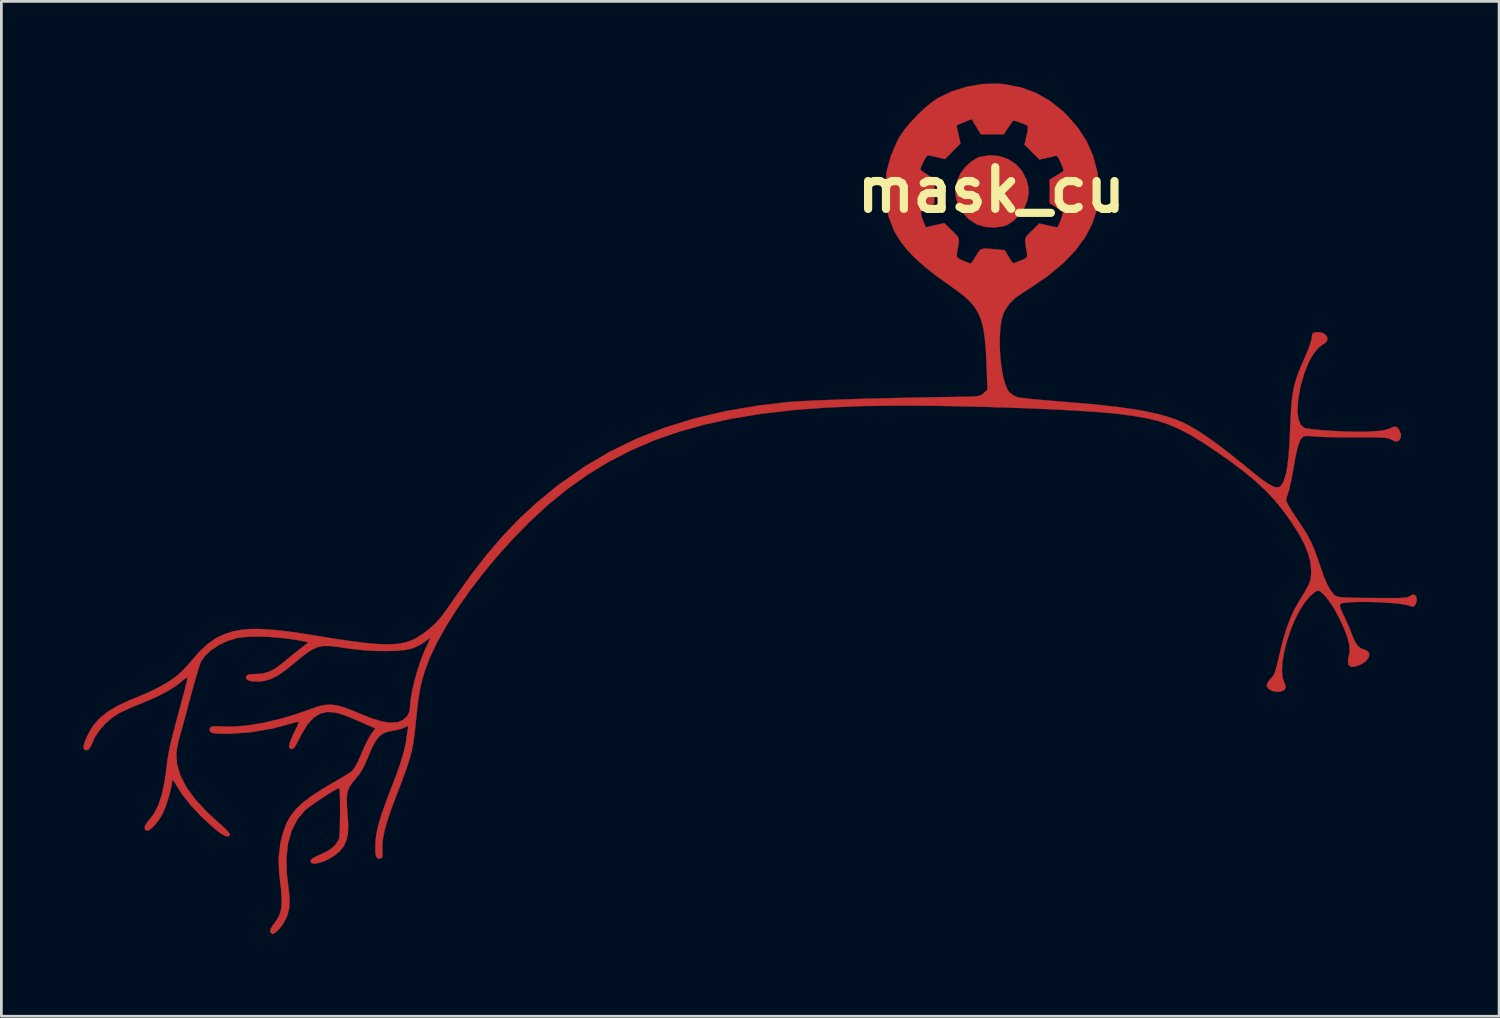
<source format=kicad_pcb>
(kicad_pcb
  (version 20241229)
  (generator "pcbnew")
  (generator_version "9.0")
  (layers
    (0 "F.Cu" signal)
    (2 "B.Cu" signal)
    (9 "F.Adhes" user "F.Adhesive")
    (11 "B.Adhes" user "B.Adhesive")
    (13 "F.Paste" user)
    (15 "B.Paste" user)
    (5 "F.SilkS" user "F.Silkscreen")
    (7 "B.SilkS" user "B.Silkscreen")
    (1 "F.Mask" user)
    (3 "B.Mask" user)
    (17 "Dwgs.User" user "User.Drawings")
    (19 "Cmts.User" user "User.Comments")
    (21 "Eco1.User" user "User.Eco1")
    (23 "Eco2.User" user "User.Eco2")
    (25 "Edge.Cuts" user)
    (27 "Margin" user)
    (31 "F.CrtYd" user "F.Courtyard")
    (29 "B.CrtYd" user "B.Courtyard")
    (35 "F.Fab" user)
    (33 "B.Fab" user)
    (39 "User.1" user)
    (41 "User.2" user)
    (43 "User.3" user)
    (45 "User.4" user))
  (footprint "mask_cu"
    (layer "F.Cu")
    (at 33.157 3.89)
    (property "Reference" "mask_cu" (at 0 0 0) (layer "F.SilkS") (effects (font (size 1.524 1.524) (thickness 0.3))))
    (attr through_hole)
    (fp_poly (pts (xy 0.285 -1.24) (xy 0.61 -1.131) (xy 0.894 -0.948) (xy 1.122 -0.699) (xy 1.278 -0.392) (xy 1.297 -0.336) (xy 1.353 -0.108) (xy 1.366 0.084) (xy 1.336 0.289) (xy 1.291 0.461) (xy 1.187 0.689) (xy 1.021 0.917) (xy 0.818 1.118) (xy 0.604 1.264) (xy 0.475 1.317) (xy 0.135 1.37) (xy -0.209 1.349) (xy -0.519 1.259) (xy -0.533 1.252) (xy -0.823 1.067) (xy -1.058 0.816) (xy -1.218 0.523) (xy -1.242 0.451) (xy -1.3 0.218) (xy -1.316 0.024) (xy -1.288 -0.178) (xy -1.24 -0.359) (xy -1.129 -0.6) (xy -0.953 -0.835) (xy -0.737 -1.037) (xy -0.508 -1.177) (xy -0.426 -1.208) (xy -0.065 -1.268) (xy 0.285 -1.24)) (stroke (width 0.01) (type solid)) (fill yes) (layer "F.Cu"))
    (fp_poly (pts (xy 0.499 -3.862) (xy 1.095 -3.743) (xy 1.633 -3.547) (xy 2.128 -3.266) (xy 2.595 -2.895) (xy 2.748 -2.748) (xy 3.164 -2.274) (xy 3.486 -1.779) (xy 3.719 -1.249) (xy 3.868 -0.673) (xy 3.907 -0.418) (xy 3.932 0.143) (xy 3.863 0.684) (xy 3.698 1.206) (xy 3.438 1.711) (xy 3.081 2.199) (xy 2.625 2.674) (xy 2.071 3.135) (xy 1.417 3.584) (xy 1.194 3.722) (xy 0.88 3.939) (xy 0.648 4.169) (xy 0.48 4.432) (xy 0.45 4.496) (xy 0.379 4.725) (xy 0.332 5.022) (xy 0.31 5.366) (xy 0.309 5.737) (xy 0.331 6.116) (xy 0.372 6.482) (xy 0.431 6.815) (xy 0.508 7.096) (xy 0.6 7.305) (xy 0.643 7.366) (xy 0.781 7.483) (xy 0.945 7.565) (xy 0.956 7.568) (xy 1.056 7.586) (xy 1.242 7.609) (xy 1.498 7.637) (xy 1.809 7.666) (xy 2.157 7.696) (xy 2.489 7.723) (xy 3.285 7.787) (xy 3.987 7.854) (xy 4.605 7.924) (xy 5.148 7.999) (xy 5.623 8.081) (xy 6.04 8.17) (xy 6.407 8.27) (xy 6.733 8.38) (xy 7.026 8.504) (xy 7.137 8.558) (xy 7.478 8.75) (xy 7.88 9.013) (xy 8.339 9.344) (xy 8.848 9.738) (xy 9.255 10.068) (xy 9.6 10.35) (xy 9.878 10.566) (xy 10.099 10.721) (xy 10.272 10.818) (xy 10.404 10.86) (xy 10.505 10.852) (xy 10.583 10.797) (xy 10.647 10.698) (xy 10.668 10.654) (xy 10.728 10.492) (xy 10.779 10.296) (xy 10.82 10.053) (xy 10.854 9.753) (xy 10.883 9.382) (xy 10.907 8.93) (xy 10.92 8.611) (xy 10.941 8.156) (xy 10.967 7.781) (xy 11.005 7.464) (xy 11.058 7.181) (xy 11.132 6.911) (xy 11.232 6.631) (xy 11.361 6.319) (xy 11.46 6.096) (xy 11.558 5.865) (xy 11.638 5.649) (xy 11.691 5.476) (xy 11.707 5.385) (xy 11.721 5.264) (xy 11.772 5.21) (xy 11.88 5.191) (xy 12.056 5.204) (xy 12.188 5.269) (xy 12.265 5.365) (xy 12.276 5.475) (xy 12.209 5.578) (xy 12.133 5.626) (xy 11.944 5.766) (xy 11.761 5.995) (xy 11.591 6.301) (xy 11.441 6.671) (xy 11.316 7.093) (xy 11.272 7.289) (xy 11.203 7.714) (xy 11.184 8.072) (xy 11.215 8.356) (xy 11.295 8.562) (xy 11.418 8.681) (xy 11.518 8.708) (xy 11.7 8.736) (xy 11.948 8.762) (xy 12.242 8.785) (xy 12.565 8.805) (xy 12.898 8.82) (xy 13.224 8.829) (xy 13.522 8.831) (xy 13.75 8.826) (xy 14.096 8.804) (xy 14.347 8.772) (xy 14.51 8.728) (xy 14.533 8.718) (xy 14.69 8.652) (xy 14.794 8.651) (xy 14.871 8.722) (xy 14.913 8.795) (xy 14.965 8.934) (xy 14.952 9.048) (xy 14.941 9.075) (xy 14.862 9.174) (xy 14.749 9.183) (xy 14.601 9.111) (xy 14.547 9.084) (xy 14.472 9.063) (xy 14.362 9.049) (xy 14.204 9.039) (xy 13.984 9.034) (xy 13.69 9.032) (xy 13.308 9.034) (xy 13.294 9.034) (xy 12.937 9.034) (xy 12.594 9.031) (xy 12.286 9.024) (xy 12.031 9.016) (xy 11.85 9.005) (xy 11.8 9) (xy 11.621 8.985) (xy 11.476 8.988) (xy 11.407 9.004) (xy 11.33 9.07) (xy 11.263 9.185) (xy 11.2 9.361) (xy 11.139 9.609) (xy 11.075 9.941) (xy 11.044 10.119) (xy 10.994 10.402) (xy 10.943 10.663) (xy 10.895 10.879) (xy 10.856 11.027) (xy 10.843 11.064) (xy 10.794 11.207) (xy 10.77 11.324) (xy 10.77 11.334) (xy 10.797 11.41) (xy 10.872 11.55) (xy 10.984 11.735) (xy 11.122 11.947) (xy 11.148 11.986) (xy 11.365 12.31) (xy 11.533 12.583) (xy 11.667 12.831) (xy 11.781 13.083) (xy 11.888 13.367) (xy 11.995 13.683) (xy 12.133 14.081) (xy 12.262 14.388) (xy 12.387 14.616) (xy 12.513 14.775) (xy 12.538 14.799) (xy 12.578 14.828) (xy 12.634 14.851) (xy 12.718 14.868) (xy 12.844 14.88) (xy 13.024 14.889) (xy 13.271 14.895) (xy 13.596 14.9) (xy 13.92 14.902) (xy 14.317 14.905) (xy 14.625 14.905) (xy 14.857 14.903) (xy 15.025 14.896) (xy 15.142 14.885) (xy 15.22 14.868) (xy 15.272 14.846) (xy 15.304 14.822) (xy 15.407 14.773) (xy 15.489 14.803) (xy 15.538 14.889) (xy 15.543 15.009) (xy 15.491 15.141) (xy 15.477 15.161) (xy 15.407 15.223) (xy 15.32 15.204) (xy 15.302 15.195) (xy 15.18 15.156) (xy 14.983 15.122) (xy 14.728 15.093) (xy 14.432 15.071) (xy 14.114 15.055) (xy 13.792 15.046) (xy 13.484 15.045) (xy 13.207 15.051) (xy 12.979 15.067) (xy 12.819 15.091) (xy 12.748 15.121) (xy 12.732 15.184) (xy 12.766 15.303) (xy 12.851 15.492) (xy 12.867 15.526) (xy 12.976 15.756) (xy 13.084 16.01) (xy 13.159 16.205) (xy 13.266 16.466) (xy 13.376 16.64) (xy 13.502 16.743) (xy 13.619 16.783) (xy 13.754 16.844) (xy 13.809 16.945) (xy 13.787 17.07) (xy 13.692 17.199) (xy 13.526 17.316) (xy 13.517 17.321) (xy 13.299 17.408) (xy 13.143 17.417) (xy 13.051 17.349) (xy 13.026 17.207) (xy 13.057 17.04) (xy 13.089 16.84) (xy 13.077 16.619) (xy 13.015 16.361) (xy 12.9 16.051) (xy 12.728 15.674) (xy 12.727 15.672) (xy 12.573 15.379) (xy 12.41 15.115) (xy 12.25 14.896) (xy 12.103 14.734) (xy 11.981 14.644) (xy 11.927 14.63) (xy 11.851 14.665) (xy 11.734 14.754) (xy 11.614 14.866) (xy 11.419 15.104) (xy 11.235 15.403) (xy 11.065 15.748) (xy 10.915 16.121) (xy 10.791 16.506) (xy 10.696 16.884) (xy 10.636 17.241) (xy 10.617 17.558) (xy 10.643 17.818) (xy 10.695 17.968) (xy 10.754 18.132) (xy 10.724 18.245) (xy 10.604 18.312) (xy 10.494 18.329) (xy 10.313 18.315) (xy 10.164 18.251) (xy 10.073 18.151) (xy 10.058 18.086) (xy 10.094 17.99) (xy 10.181 17.875) (xy 10.209 17.846) (xy 10.273 17.777) (xy 10.326 17.691) (xy 10.374 17.571) (xy 10.424 17.398) (xy 10.484 17.152) (xy 10.52 16.993) (xy 10.649 16.462) (xy 10.784 16.012) (xy 10.931 15.622) (xy 11.098 15.271) (xy 11.239 15.024) (xy 11.403 14.754) (xy 11.521 14.552) (xy 11.6 14.397) (xy 11.649 14.27) (xy 11.673 14.154) (xy 11.683 14.028) (xy 11.684 13.911) (xy 11.658 13.604) (xy 11.578 13.284) (xy 11.438 12.939) (xy 11.235 12.559) (xy 10.962 12.134) (xy 10.65 11.7) (xy 10.356 11.335) (xy 10.021 10.979) (xy 9.636 10.622) (xy 9.188 10.253) (xy 8.666 9.863) (xy 8.204 9.54) (xy 7.713 9.214) (xy 7.276 8.949) (xy 6.871 8.735) (xy 6.478 8.565) (xy 6.075 8.432) (xy 5.639 8.328) (xy 5.151 8.245) (xy 4.589 8.174) (xy 4.42 8.156) (xy 4.009 8.119) (xy 3.509 8.083) (xy 2.934 8.048) (xy 2.296 8.015) (xy 1.609 7.984) (xy 0.885 7.957) (xy 0.137 7.932) (xy -0.622 7.911) (xy -1.379 7.894) (xy -2.12 7.882) (xy -2.833 7.876) (xy -3.319 7.874) (xy -4.718 7.892) (xy -6.028 7.947) (xy -7.254 8.04) (xy -8.403 8.174) (xy -9.479 8.351) (xy -10.489 8.572) (xy -11.439 8.839) (xy -12.335 9.153) (xy -13.182 9.518) (xy -13.986 9.934) (xy -14.754 10.403) (xy -15.49 10.927) (xy -16.202 11.509) (xy -16.859 12.115) (xy -17.452 12.719) (xy -18.021 13.35) (xy -18.559 13.997) (xy -19.058 14.649) (xy -19.511 15.295) (xy -19.909 15.925) (xy -20.245 16.527) (xy -20.511 17.091) (xy -20.675 17.524) (xy -20.755 17.781) (xy -20.819 18.02) (xy -20.871 18.263) (xy -20.916 18.534) (xy -20.958 18.856) (xy -21 19.252) (xy -21.008 19.329) (xy -21.044 19.68) (xy -21.079 19.977) (xy -21.118 20.236) (xy -21.166 20.477) (xy -21.227 20.717) (xy -21.306 20.975) (xy -21.407 21.269) (xy -21.536 21.616) (xy -21.697 22.036) (xy -21.741 22.149) (xy -21.926 22.642) (xy -22.065 23.058) (xy -22.163 23.409) (xy -22.221 23.708) (xy -22.245 23.967) (xy -22.242 24.115) (xy -22.236 24.281) (xy -22.247 24.372) (xy -22.283 24.412) (xy -22.338 24.425) (xy -22.421 24.411) (xy -22.474 24.332) (xy -22.5 24.18) (xy -22.5 23.943) (xy -22.49 23.782) (xy -22.465 23.558) (xy -22.417 23.312) (xy -22.342 23.032) (xy -22.236 22.703) (xy -22.096 22.312) (xy -21.917 21.844) (xy -21.891 21.779) (xy -21.697 21.268) (xy -21.549 20.834) (xy -21.444 20.466) (xy -21.378 20.152) (xy -21.362 20.041) (xy -21.338 19.866) (xy -21.315 19.717) (xy -21.306 19.67) (xy -21.296 19.595) (xy -21.325 19.581) (xy -21.416 19.623) (xy -21.435 19.633) (xy -21.583 19.689) (xy -21.768 19.734) (xy -21.83 19.744) (xy -22.041 19.784) (xy -22.212 19.851) (xy -22.355 19.96) (xy -22.483 20.123) (xy -22.61 20.354) (xy -22.746 20.666) (xy -22.787 20.768) (xy -22.927 21.082) (xy -23.073 21.327) (xy -23.217 21.505) (xy -23.359 21.674) (xy -23.458 21.832) (xy -23.517 22.001) (xy -23.542 22.203) (xy -23.539 22.462) (xy -23.514 22.784) (xy -23.488 23.178) (xy -23.499 23.493) (xy -23.55 23.746) (xy -23.644 23.955) (xy -23.786 24.138) (xy -23.809 24.162) (xy -23.972 24.298) (xy -24.162 24.417) (xy -24.36 24.512) (xy -24.547 24.576) (xy -24.706 24.604) (xy -24.819 24.589) (xy -24.866 24.526) (xy -24.867 24.516) (xy -24.838 24.451) (xy -24.744 24.382) (xy -24.569 24.299) (xy -24.517 24.278) (xy -24.201 24.122) (xy -23.98 23.949) (xy -23.846 23.751) (xy -23.825 23.696) (xy -23.811 23.61) (xy -23.801 23.449) (xy -23.793 23.235) (xy -23.788 22.986) (xy -23.785 22.721) (xy -23.786 22.461) (xy -23.789 22.223) (xy -23.795 22.028) (xy -23.805 21.896) (xy -23.817 21.844) (xy -23.818 21.844) (xy -23.889 21.871) (xy -24.023 21.945) (xy -24.201 22.053) (xy -24.404 22.183) (xy -24.612 22.322) (xy -24.806 22.457) (xy -24.966 22.575) (xy -25.074 22.665) (xy -25.349 22.995) (xy -25.553 23.394) (xy -25.686 23.859) (xy -25.746 24.386) (xy -25.733 24.97) (xy -25.675 25.439) (xy -25.628 25.861) (xy -25.641 26.216) (xy -25.717 26.523) (xy -25.86 26.799) (xy -26.008 26.99) (xy -26.147 27.127) (xy -26.249 27.173) (xy -26.318 27.13) (xy -26.336 27.093) (xy -26.324 26.992) (xy -26.237 26.846) (xy -26.212 26.813) (xy -26.094 26.653) (xy -26.007 26.493) (xy -25.951 26.32) (xy -25.922 26.117) (xy -25.919 25.868) (xy -25.94 25.557) (xy -25.984 25.169) (xy -26.008 24.985) (xy -26.034 24.415) (xy -25.961 23.83) (xy -25.853 23.419) (xy -25.741 23.126) (xy -25.593 22.861) (xy -25.397 22.614) (xy -25.144 22.374) (xy -24.824 22.131) (xy -24.424 21.873) (xy -24.096 21.681) (xy -23.861 21.545) (xy -23.646 21.416) (xy -23.474 21.307) (xy -23.366 21.232) (xy -23.356 21.224) (xy -23.258 21.104) (xy -23.144 20.899) (xy -23.02 20.62) (xy -23.012 20.599) (xy -22.91 20.362) (xy -22.801 20.136) (xy -22.702 19.954) (xy -22.654 19.877) (xy -22.5 19.663) (xy -22.667 19.591) (xy -22.791 19.538) (xy -22.974 19.457) (xy -23.184 19.365) (xy -23.257 19.332) (xy -23.486 19.238) (xy -23.717 19.155) (xy -23.911 19.097) (xy -23.951 19.088) (xy -24.245 19.063) (xy -24.509 19.123) (xy -24.748 19.271) (xy -24.969 19.511) (xy -25.176 19.847) (xy -25.246 19.987) (xy -25.356 20.205) (xy -25.44 20.341) (xy -25.508 20.408) (xy -25.554 20.422) (xy -25.63 20.393) (xy -25.65 20.304) (xy -25.612 20.148) (xy -25.515 19.919) (xy -25.454 19.793) (xy -25.361 19.604) (xy -25.311 19.489) (xy -25.3 19.433) (xy -25.325 19.421) (xy -25.365 19.431) (xy -26.222 19.663) (xy -27.05 19.807) (xy -27.839 19.862) (xy -27.923 19.863) (xy -28.189 19.859) (xy -28.369 19.846) (xy -28.479 19.82) (xy -28.534 19.777) (xy -28.55 19.713) (xy -28.55 19.709) (xy -28.533 19.636) (xy -28.473 19.596) (xy -28.35 19.583) (xy -28.148 19.593) (xy -28.118 19.595) (xy -27.676 19.602) (xy -27.167 19.558) (xy -26.608 19.466) (xy -26.018 19.33) (xy -25.413 19.153) (xy -24.868 18.961) (xy -24.597 18.866) (xy -24.36 18.811) (xy -24.135 18.796) (xy -23.901 18.824) (xy -23.636 18.897) (xy -23.318 19.017) (xy -23.063 19.125) (xy -22.621 19.301) (xy -22.25 19.412) (xy -21.942 19.459) (xy -21.691 19.44) (xy -21.49 19.358) (xy -21.334 19.214) (xy -21.261 19.069) (xy -21.234 18.923) (xy -21.213 18.644) (xy -21.155 18.3) (xy -21.066 17.918) (xy -20.954 17.522) (xy -20.826 17.141) (xy -20.689 16.799) (xy -20.618 16.65) (xy -20.546 16.501) (xy -20.5 16.395) (xy -20.49 16.358) (xy -20.537 16.386) (xy -20.636 16.46) (xy -20.702 16.511) (xy -20.866 16.616) (xy -21.07 16.713) (xy -21.179 16.752) (xy -21.404 16.799) (xy -21.708 16.828) (xy -22.069 16.84) (xy -22.465 16.835) (xy -22.874 16.814) (xy -23.275 16.775) (xy -23.546 16.737) (xy -23.898 16.683) (xy -24.177 16.654) (xy -24.405 16.656) (xy -24.604 16.695) (xy -24.795 16.779) (xy -25.002 16.913) (xy -25.245 17.103) (xy -25.476 17.296) (xy -25.793 17.551) (xy -26.063 17.735) (xy -26.305 17.858) (xy -26.536 17.928) (xy -26.774 17.954) (xy -26.801 17.954) (xy -27.034 17.942) (xy -27.174 17.897) (xy -27.223 17.819) (xy -27.212 17.758) (xy -27.166 17.711) (xy -27.061 17.686) (xy -26.877 17.677) (xy -26.862 17.677) (xy -26.611 17.659) (xy -26.387 17.598) (xy -26.165 17.483) (xy -25.917 17.303) (xy -25.812 17.216) (xy -25.614 17.051) (xy -25.401 16.879) (xy -25.219 16.735) (xy -25.213 16.731) (xy -24.937 16.519) (xy -25.08 16.489) (xy -25.495 16.414) (xy -25.936 16.359) (xy -26.38 16.324) (xy -26.802 16.31) (xy -27.179 16.319) (xy -27.487 16.353) (xy -27.544 16.363) (xy -27.882 16.465) (xy -28.206 16.618) (xy -28.494 16.808) (xy -28.724 17.021) (xy -28.872 17.238) (xy -28.908 17.334) (xy -28.964 17.513) (xy -29.037 17.758) (xy -29.122 18.055) (xy -29.214 18.388) (xy -29.284 18.649) (xy -29.379 19.004) (xy -29.469 19.339) (xy -29.551 19.639) (xy -29.619 19.886) (xy -29.669 20.063) (xy -29.691 20.138) (xy -29.767 20.542) (xy -29.743 20.955) (xy -29.621 21.377) (xy -29.4 21.81) (xy -29.078 22.253) (xy -28.657 22.708) (xy -28.294 23.042) (xy -28.107 23.209) (xy -27.953 23.356) (xy -27.847 23.469) (xy -27.803 23.534) (xy -27.802 23.54) (xy -27.862 23.607) (xy -27.973 23.596) (xy -28.139 23.506) (xy -28.361 23.335) (xy -28.4 23.302) (xy -28.85 22.889) (xy -29.236 22.479) (xy -29.546 22.084) (xy -29.691 21.859) (xy -29.806 21.671) (xy -29.88 21.572) (xy -29.916 21.556) (xy -29.921 21.583) (xy -29.94 21.747) (xy -29.99 21.973) (xy -30.062 22.23) (xy -30.147 22.487) (xy -30.236 22.712) (xy -30.289 22.824) (xy -30.405 23.011) (xy -30.538 23.18) (xy -30.67 23.314) (xy -30.784 23.393) (xy -30.853 23.405) (xy -30.921 23.34) (xy -30.912 23.23) (xy -30.83 23.089) (xy -30.77 23.019) (xy -30.583 22.78) (xy -30.429 22.479) (xy -30.303 22.107) (xy -30.203 21.654) (xy -30.125 21.112) (xy -30.122 21.082) (xy -30.099 20.89) (xy -30.074 20.711) (xy -30.043 20.531) (xy -30.003 20.335) (xy -29.95 20.108) (xy -29.882 19.836) (xy -29.795 19.503) (xy -29.685 19.095) (xy -29.618 18.847) (xy -29.538 18.549) (xy -29.468 18.283) (xy -29.413 18.064) (xy -29.376 17.909) (xy -29.362 17.835) (xy -29.362 17.834) (xy -29.389 17.808) (xy -29.47 17.862) (xy -29.502 17.89) (xy -29.768 18.105) (xy -30.095 18.311) (xy -30.496 18.516) (xy -30.982 18.727) (xy -31.09 18.77) (xy -31.336 18.871) (xy -31.584 18.98) (xy -31.796 19.079) (xy -31.866 19.115) (xy -32.116 19.278) (xy -32.36 19.494) (xy -32.576 19.736) (xy -32.737 19.977) (xy -32.794 20.101) (xy -32.883 20.31) (xy -32.966 20.427) (xy -33.052 20.463) (xy -33.098 20.453) (xy -33.151 20.4) (xy -33.152 20.293) (xy -33.099 20.123) (xy -32.994 19.887) (xy -32.813 19.577) (xy -32.583 19.307) (xy -32.291 19.067) (xy -31.925 18.847) (xy -31.473 18.637) (xy -31.358 18.591) (xy -30.843 18.375) (xy -30.413 18.168) (xy -30.054 17.961) (xy -29.752 17.745) (xy -29.493 17.511) (xy -29.267 17.257) (xy -28.94 16.879) (xy -28.632 16.589) (xy -28.334 16.378) (xy -28.219 16.316) (xy -27.962 16.204) (xy -27.692 16.12) (xy -27.396 16.064) (xy -27.064 16.035) (xy -26.686 16.035) (xy -26.251 16.062) (xy -25.747 16.116) (xy -25.164 16.198) (xy -24.689 16.274) (xy -24.025 16.382) (xy -23.452 16.468) (xy -22.959 16.532) (xy -22.537 16.575) (xy -22.176 16.595) (xy -21.867 16.592) (xy -21.601 16.566) (xy -21.368 16.515) (xy -21.158 16.441) (xy -20.962 16.341) (xy -20.771 16.217) (xy -20.594 16.082) (xy -20.435 15.95) (xy -20.297 15.821) (xy -20.166 15.678) (xy -20.026 15.503) (xy -19.862 15.279) (xy -19.661 14.988) (xy -19.635 14.95) (xy -19.03 14.097) (xy -18.436 13.329) (xy -17.841 12.636) (xy -17.233 12.002) (xy -16.6 11.416) (xy -15.931 10.865) (xy -15.748 10.725) (xy -14.858 10.104) (xy -13.93 9.557) (xy -12.956 9.084) (xy -11.931 8.68) (xy -10.849 8.345) (xy -9.701 8.076) (xy -8.483 7.87) (xy -7.442 7.748) (xy -7.192 7.728) (xy -6.848 7.708) (xy -6.422 7.688) (xy -5.921 7.668) (xy -5.355 7.648) (xy -4.734 7.629) (xy -4.065 7.611) (xy -3.359 7.594) (xy -2.623 7.579) (xy -1.869 7.565) (xy -1.337 7.557) (xy -1.01 7.552) (xy -0.768 7.546) (xy -0.596 7.537) (xy -0.478 7.523) (xy -0.398 7.501) (xy -0.341 7.471) (xy -0.29 7.428) (xy -0.277 7.417) (xy -0.14 7.29) (xy -0.17 6.452) (xy -0.194 5.914) (xy -0.231 5.464) (xy -0.285 5.088) (xy -0.362 4.773) (xy -0.47 4.505) (xy -0.613 4.27) (xy -0.798 4.055) (xy -1.03 3.846) (xy -1.316 3.63) (xy -1.454 3.533) (xy -1.971 3.164) (xy -2.405 2.825) (xy -2.764 2.507) (xy -3.059 2.202) (xy -3.299 1.899) (xy -3.494 1.59) (xy -3.556 1.473) (xy -3.752 0.975) (xy -3.86 0.441) (xy -3.882 -0.116) (xy -3.819 -0.681) (xy -3.802 -0.745) (xy -2.591 -0.745) (xy -2.552 -0.708) (xy -2.45 -0.634) (xy -2.337 -0.559) (xy -2.083 -0.396) (xy -2.083 0.043) (xy -2.083 0.483) (xy -2.341 0.628) (xy -2.48 0.711) (xy -2.555 0.785) (xy -2.571 0.876) (xy -2.535 1.01) (xy -2.467 1.179) (xy -2.39 1.362) (xy -1.716 1.208) (xy -1.439 1.48) (xy -1.317 1.599) (xy -1.238 1.687) (xy -1.197 1.768) (xy -1.188 1.869) (xy -1.204 2.015) (xy -1.24 2.231) (xy -1.25 2.29) (xy -1.263 2.398) (xy -1.241 2.465) (xy -1.164 2.519) (xy -1.034 2.578) (xy -0.89 2.639) (xy -0.789 2.679) (xy -0.76 2.688) (xy -0.722 2.651) (xy -0.649 2.548) (xy -0.563 2.413) (xy -0.482 2.282) (xy -0.413 2.198) (xy -0.333 2.153) (xy -0.218 2.139) (xy -0.045 2.147) (xy 0.158 2.166) (xy 0.494 2.198) (xy 0.639 2.446) (xy 0.722 2.578) (xy 0.786 2.662) (xy 0.811 2.68) (xy 0.87 2.655) (xy 0.992 2.606) (xy 1.085 2.569) (xy 1.228 2.509) (xy 1.297 2.457) (xy 1.313 2.387) (xy 1.3 2.29) (xy 1.261 2.056) (xy 1.24 1.897) (xy 1.243 1.788) (xy 1.277 1.704) (xy 1.348 1.62) (xy 1.46 1.51) (xy 1.482 1.487) (xy 1.753 1.222) (xy 2.077 1.298) (xy 2.245 1.335) (xy 2.367 1.356) (xy 2.417 1.359) (xy 2.458 1.29) (xy 2.511 1.167) (xy 2.563 1.025) (xy 2.603 0.898) (xy 2.618 0.82) (xy 2.616 0.813) (xy 2.561 0.764) (xy 2.449 0.684) (xy 2.362 0.627) (xy 2.134 0.483) (xy 2.134 0.049) (xy 2.134 -0.385) (xy 2.388 -0.533) (xy 2.524 -0.619) (xy 2.617 -0.686) (xy 2.642 -0.715) (xy 2.624 -0.777) (xy 2.577 -0.901) (xy 2.533 -1.01) (xy 2.456 -1.17) (xy 2.391 -1.242) (xy 2.342 -1.248) (xy 2.246 -1.223) (xy 2.095 -1.187) (xy 2.01 -1.168) (xy 1.759 -1.113) (xy 1.486 -1.386) (xy 1.213 -1.658) (xy 1.289 -1.985) (xy 1.323 -2.156) (xy 1.337 -2.285) (xy 1.33 -2.343) (xy 1.263 -2.38) (xy 1.143 -2.43) (xy 1.004 -2.481) (xy 0.88 -2.521) (xy 0.803 -2.537) (xy 0.794 -2.535) (xy 0.76 -2.485) (xy 0.686 -2.377) (xy 0.615 -2.273) (xy 0.452 -2.032) (xy 0.036 -2.033) (xy -0.381 -2.035) (xy -0.548 -2.311) (xy -0.715 -2.588) (xy -0.98 -2.483) (xy -1.127 -2.424) (xy -1.23 -2.38) (xy -1.26 -2.364) (xy -1.257 -2.311) (xy -1.234 -2.186) (xy -1.199 -2.025) (xy -1.124 -1.702) (xy -1.687 -1.129) (xy -1.974 -1.198) (xy -2.14 -1.236) (xy -2.268 -1.261) (xy -2.318 -1.268) (xy -2.361 -1.227) (xy -2.426 -1.125) (xy -2.497 -0.992) (xy -2.557 -0.86) (xy -2.589 -0.762) (xy -2.591 -0.745) (xy -3.802 -0.745) (xy -3.67 -1.241) (xy -3.438 -1.782) (xy -3.342 -1.956) (xy -3.172 -2.203) (xy -2.944 -2.478) (xy -2.68 -2.757) (xy -2.404 -3.016) (xy -2.141 -3.23) (xy -1.964 -3.349) (xy -1.452 -3.597) (xy -0.896 -3.773) (xy -0.322 -3.871) (xy 0.245 -3.885) (xy 0.499 -3.862)) (stroke (width 0.01) (type solid)) (fill yes) (layer "F.Cu"))
    (fp_poly (pts (xy 0.285 -1.24) (xy 0.61 -1.131) (xy 0.894 -0.948) (xy 1.122 -0.699) (xy 1.278 -0.392) (xy 1.297 -0.336) (xy 1.353 -0.108) (xy 1.366 0.084) (xy 1.336 0.289) (xy 1.291 0.461) (xy 1.187 0.689) (xy 1.021 0.917) (xy 0.818 1.118) (xy 0.604 1.264) (xy 0.475 1.317) (xy 0.135 1.37) (xy -0.209 1.349) (xy -0.519 1.259) (xy -0.533 1.252) (xy -0.823 1.067) (xy -1.058 0.816) (xy -1.218 0.523) (xy -1.242 0.451) (xy -1.3 0.218) (xy -1.316 0.024) (xy -1.288 -0.178) (xy -1.24 -0.359) (xy -1.129 -0.6) (xy -0.953 -0.835) (xy -0.737 -1.037) (xy -0.508 -1.177) (xy -0.426 -1.208) (xy -0.065 -1.268) (xy 0.285 -1.24)) (stroke (width 0.01) (type solid)) (fill yes) (layer "F.Mask"))
    (fp_poly (pts (xy 0.499 -3.862) (xy 1.095 -3.743) (xy 1.633 -3.547) (xy 2.128 -3.266) (xy 2.595 -2.895) (xy 2.748 -2.748) (xy 3.164 -2.274) (xy 3.486 -1.779) (xy 3.719 -1.249) (xy 3.868 -0.673) (xy 3.907 -0.418) (xy 3.932 0.143) (xy 3.863 0.684) (xy 3.698 1.206) (xy 3.438 1.711) (xy 3.081 2.199) (xy 2.625 2.674) (xy 2.071 3.135) (xy 1.417 3.584) (xy 1.194 3.722) (xy 0.88 3.939) (xy 0.648 4.169) (xy 0.48 4.432) (xy 0.45 4.496) (xy 0.379 4.725) (xy 0.332 5.022) (xy 0.31 5.366) (xy 0.309 5.737) (xy 0.331 6.116) (xy 0.372 6.482) (xy 0.431 6.815) (xy 0.508 7.096) (xy 0.6 7.305) (xy 0.643 7.366) (xy 0.781 7.483) (xy 0.945 7.565) (xy 0.956 7.568) (xy 1.056 7.586) (xy 1.242 7.609) (xy 1.498 7.637) (xy 1.809 7.666) (xy 2.157 7.696) (xy 2.489 7.723) (xy 3.285 7.787) (xy 3.987 7.854) (xy 4.605 7.924) (xy 5.148 7.999) (xy 5.623 8.081) (xy 6.04 8.17) (xy 6.407 8.27) (xy 6.733 8.38) (xy 7.026 8.504) (xy 7.137 8.558) (xy 7.478 8.75) (xy 7.88 9.013) (xy 8.339 9.344) (xy 8.848 9.738) (xy 9.255 10.068) (xy 9.6 10.35) (xy 9.878 10.566) (xy 10.099 10.721) (xy 10.272 10.818) (xy 10.404 10.86) (xy 10.505 10.852) (xy 10.583 10.797) (xy 10.647 10.698) (xy 10.668 10.654) (xy 10.728 10.492) (xy 10.779 10.296) (xy 10.82 10.053) (xy 10.854 9.753) (xy 10.883 9.382) (xy 10.907 8.93) (xy 10.92 8.611) (xy 10.941 8.156) (xy 10.967 7.781) (xy 11.005 7.464) (xy 11.058 7.181) (xy 11.132 6.911) (xy 11.232 6.631) (xy 11.361 6.319) (xy 11.46 6.096) (xy 11.558 5.865) (xy 11.638 5.649) (xy 11.691 5.476) (xy 11.707 5.385) (xy 11.721 5.264) (xy 11.772 5.21) (xy 11.88 5.191) (xy 12.056 5.204) (xy 12.188 5.269) (xy 12.265 5.365) (xy 12.276 5.475) (xy 12.209 5.578) (xy 12.133 5.626) (xy 11.944 5.766) (xy 11.761 5.995) (xy 11.591 6.301) (xy 11.441 6.671) (xy 11.316 7.093) (xy 11.272 7.289) (xy 11.203 7.714) (xy 11.184 8.072) (xy 11.215 8.356) (xy 11.295 8.562) (xy 11.418 8.681) (xy 11.518 8.708) (xy 11.7 8.736) (xy 11.948 8.762) (xy 12.242 8.785) (xy 12.565 8.805) (xy 12.898 8.82) (xy 13.224 8.829) (xy 13.522 8.831) (xy 13.75 8.826) (xy 14.096 8.804) (xy 14.347 8.772) (xy 14.51 8.728) (xy 14.533 8.718) (xy 14.69 8.652) (xy 14.794 8.651) (xy 14.871 8.722) (xy 14.913 8.795) (xy 14.965 8.934) (xy 14.952 9.048) (xy 14.941 9.075) (xy 14.862 9.174) (xy 14.749 9.183) (xy 14.601 9.111) (xy 14.547 9.084) (xy 14.472 9.063) (xy 14.362 9.049) (xy 14.204 9.039) (xy 13.984 9.034) (xy 13.69 9.032) (xy 13.308 9.034) (xy 13.294 9.034) (xy 12.937 9.034) (xy 12.594 9.031) (xy 12.286 9.024) (xy 12.031 9.016) (xy 11.85 9.005) (xy 11.8 9) (xy 11.621 8.985) (xy 11.476 8.988) (xy 11.407 9.004) (xy 11.33 9.07) (xy 11.263 9.185) (xy 11.2 9.361) (xy 11.139 9.609) (xy 11.075 9.941) (xy 11.044 10.119) (xy 10.994 10.402) (xy 10.943 10.663) (xy 10.895 10.879) (xy 10.856 11.027) (xy 10.843 11.064) (xy 10.794 11.207) (xy 10.77 11.324) (xy 10.77 11.334) (xy 10.797 11.41) (xy 10.872 11.55) (xy 10.984 11.735) (xy 11.122 11.947) (xy 11.148 11.986) (xy 11.365 12.31) (xy 11.533 12.583) (xy 11.667 12.831) (xy 11.781 13.083) (xy 11.888 13.367) (xy 11.995 13.683) (xy 12.133 14.081) (xy 12.262 14.388) (xy 12.387 14.616) (xy 12.513 14.775) (xy 12.538 14.799) (xy 12.578 14.828) (xy 12.634 14.851) (xy 12.718 14.868) (xy 12.844 14.88) (xy 13.024 14.889) (xy 13.271 14.895) (xy 13.596 14.9) (xy 13.92 14.902) (xy 14.317 14.905) (xy 14.625 14.905) (xy 14.857 14.903) (xy 15.025 14.896) (xy 15.142 14.885) (xy 15.22 14.868) (xy 15.272 14.846) (xy 15.304 14.822) (xy 15.407 14.773) (xy 15.489 14.803) (xy 15.538 14.889) (xy 15.543 15.009) (xy 15.491 15.141) (xy 15.477 15.161) (xy 15.407 15.223) (xy 15.32 15.204) (xy 15.302 15.195) (xy 15.18 15.156) (xy 14.983 15.122) (xy 14.728 15.093) (xy 14.432 15.071) (xy 14.114 15.055) (xy 13.792 15.046) (xy 13.484 15.045) (xy 13.207 15.051) (xy 12.979 15.067) (xy 12.819 15.091) (xy 12.748 15.121) (xy 12.732 15.184) (xy 12.766 15.303) (xy 12.851 15.492) (xy 12.867 15.526) (xy 12.976 15.756) (xy 13.084 16.01) (xy 13.159 16.205) (xy 13.266 16.466) (xy 13.376 16.64) (xy 13.502 16.743) (xy 13.619 16.783) (xy 13.754 16.844) (xy 13.809 16.945) (xy 13.787 17.07) (xy 13.692 17.199) (xy 13.526 17.316) (xy 13.517 17.321) (xy 13.299 17.408) (xy 13.143 17.417) (xy 13.051 17.349) (xy 13.026 17.207) (xy 13.057 17.04) (xy 13.089 16.84) (xy 13.077 16.619) (xy 13.015 16.361) (xy 12.9 16.051) (xy 12.728 15.674) (xy 12.727 15.672) (xy 12.573 15.379) (xy 12.41 15.115) (xy 12.25 14.896) (xy 12.103 14.734) (xy 11.981 14.644) (xy 11.927 14.63) (xy 11.851 14.665) (xy 11.734 14.754) (xy 11.614 14.866) (xy 11.419 15.104) (xy 11.235 15.403) (xy 11.065 15.748) (xy 10.915 16.121) (xy 10.791 16.506) (xy 10.696 16.884) (xy 10.636 17.241) (xy 10.617 17.558) (xy 10.643 17.818) (xy 10.695 17.968) (xy 10.754 18.132) (xy 10.724 18.245) (xy 10.604 18.312) (xy 10.494 18.329) (xy 10.313 18.315) (xy 10.164 18.251) (xy 10.073 18.151) (xy 10.058 18.086) (xy 10.094 17.99) (xy 10.181 17.875) (xy 10.209 17.846) (xy 10.273 17.777) (xy 10.326 17.691) (xy 10.374 17.571) (xy 10.424 17.398) (xy 10.484 17.152) (xy 10.52 16.993) (xy 10.649 16.462) (xy 10.784 16.012) (xy 10.931 15.622) (xy 11.098 15.271) (xy 11.239 15.024) (xy 11.403 14.754) (xy 11.521 14.552) (xy 11.6 14.397) (xy 11.649 14.27) (xy 11.673 14.154) (xy 11.683 14.028) (xy 11.684 13.911) (xy 11.658 13.604) (xy 11.578 13.284) (xy 11.438 12.939) (xy 11.235 12.559) (xy 10.962 12.134) (xy 10.65 11.7) (xy 10.356 11.335) (xy 10.021 10.979) (xy 9.636 10.622) (xy 9.188 10.253) (xy 8.666 9.863) (xy 8.204 9.54) (xy 7.713 9.214) (xy 7.276 8.949) (xy 6.871 8.735) (xy 6.478 8.565) (xy 6.075 8.432) (xy 5.639 8.328) (xy 5.151 8.245) (xy 4.589 8.174) (xy 4.42 8.156) (xy 4.009 8.119) (xy 3.509 8.083) (xy 2.934 8.048) (xy 2.296 8.015) (xy 1.609 7.984) (xy 0.885 7.957) (xy 0.137 7.932) (xy -0.622 7.911) (xy -1.379 7.894) (xy -2.12 7.882) (xy -2.833 7.876) (xy -3.319 7.874) (xy -4.718 7.892) (xy -6.028 7.947) (xy -7.254 8.04) (xy -8.403 8.174) (xy -9.479 8.351) (xy -10.489 8.572) (xy -11.439 8.839) (xy -12.335 9.153) (xy -13.182 9.518) (xy -13.986 9.934) (xy -14.754 10.403) (xy -15.49 10.927) (xy -16.202 11.509) (xy -16.859 12.115) (xy -17.452 12.719) (xy -18.021 13.35) (xy -18.559 13.997) (xy -19.058 14.649) (xy -19.511 15.295) (xy -19.909 15.925) (xy -20.245 16.527) (xy -20.511 17.091) (xy -20.675 17.524) (xy -20.755 17.781) (xy -20.819 18.02) (xy -20.871 18.263) (xy -20.916 18.534) (xy -20.958 18.856) (xy -21 19.252) (xy -21.008 19.329) (xy -21.044 19.68) (xy -21.079 19.977) (xy -21.118 20.236) (xy -21.166 20.477) (xy -21.227 20.717) (xy -21.306 20.975) (xy -21.407 21.269) (xy -21.536 21.616) (xy -21.697 22.036) (xy -21.741 22.149) (xy -21.926 22.642) (xy -22.065 23.058) (xy -22.163 23.409) (xy -22.221 23.708) (xy -22.245 23.967) (xy -22.242 24.115) (xy -22.236 24.281) (xy -22.247 24.372) (xy -22.283 24.412) (xy -22.338 24.425) (xy -22.421 24.411) (xy -22.474 24.332) (xy -22.5 24.18) (xy -22.5 23.943) (xy -22.49 23.782) (xy -22.465 23.558) (xy -22.417 23.312) (xy -22.342 23.032) (xy -22.236 22.703) (xy -22.096 22.312) (xy -21.917 21.844) (xy -21.891 21.779) (xy -21.697 21.268) (xy -21.549 20.834) (xy -21.444 20.466) (xy -21.378 20.152) (xy -21.362 20.041) (xy -21.338 19.866) (xy -21.315 19.717) (xy -21.306 19.67) (xy -21.296 19.595) (xy -21.325 19.581) (xy -21.416 19.623) (xy -21.435 19.633) (xy -21.583 19.689) (xy -21.768 19.734) (xy -21.83 19.744) (xy -22.041 19.784) (xy -22.212 19.851) (xy -22.355 19.96) (xy -22.483 20.123) (xy -22.61 20.354) (xy -22.746 20.666) (xy -22.787 20.768) (xy -22.927 21.082) (xy -23.073 21.327) (xy -23.217 21.505) (xy -23.359 21.674) (xy -23.458 21.832) (xy -23.517 22.001) (xy -23.542 22.203) (xy -23.539 22.462) (xy -23.514 22.784) (xy -23.488 23.178) (xy -23.499 23.493) (xy -23.55 23.746) (xy -23.644 23.955) (xy -23.786 24.138) (xy -23.809 24.162) (xy -23.972 24.298) (xy -24.162 24.417) (xy -24.36 24.512) (xy -24.547 24.576) (xy -24.706 24.604) (xy -24.819 24.589) (xy -24.866 24.526) (xy -24.867 24.516) (xy -24.838 24.451) (xy -24.744 24.382) (xy -24.569 24.299) (xy -24.517 24.278) (xy -24.201 24.122) (xy -23.98 23.949) (xy -23.846 23.751) (xy -23.825 23.696) (xy -23.811 23.61) (xy -23.801 23.449) (xy -23.793 23.235) (xy -23.788 22.986) (xy -23.785 22.721) (xy -23.786 22.461) (xy -23.789 22.223) (xy -23.795 22.028) (xy -23.805 21.896) (xy -23.817 21.844) (xy -23.818 21.844) (xy -23.889 21.871) (xy -24.023 21.945) (xy -24.201 22.053) (xy -24.404 22.183) (xy -24.612 22.322) (xy -24.806 22.457) (xy -24.966 22.575) (xy -25.074 22.665) (xy -25.349 22.995) (xy -25.553 23.394) (xy -25.686 23.859) (xy -25.746 24.386) (xy -25.733 24.97) (xy -25.675 25.439) (xy -25.628 25.861) (xy -25.641 26.216) (xy -25.717 26.523) (xy -25.86 26.799) (xy -26.008 26.99) (xy -26.147 27.127) (xy -26.249 27.173) (xy -26.318 27.13) (xy -26.336 27.093) (xy -26.324 26.992) (xy -26.237 26.846) (xy -26.212 26.813) (xy -26.094 26.653) (xy -26.007 26.493) (xy -25.951 26.32) (xy -25.922 26.117) (xy -25.919 25.868) (xy -25.94 25.557) (xy -25.984 25.169) (xy -26.008 24.985) (xy -26.034 24.415) (xy -25.961 23.83) (xy -25.853 23.419) (xy -25.741 23.126) (xy -25.593 22.861) (xy -25.397 22.614) (xy -25.144 22.374) (xy -24.824 22.131) (xy -24.424 21.873) (xy -24.096 21.681) (xy -23.861 21.545) (xy -23.646 21.416) (xy -23.474 21.307) (xy -23.366 21.232) (xy -23.356 21.224) (xy -23.258 21.104) (xy -23.144 20.899) (xy -23.02 20.62) (xy -23.012 20.599) (xy -22.91 20.362) (xy -22.801 20.136) (xy -22.702 19.954) (xy -22.654 19.877) (xy -22.5 19.663) (xy -22.667 19.591) (xy -22.791 19.538) (xy -22.974 19.457) (xy -23.184 19.365) (xy -23.257 19.332) (xy -23.486 19.238) (xy -23.717 19.155) (xy -23.911 19.097) (xy -23.951 19.088) (xy -24.245 19.063) (xy -24.509 19.123) (xy -24.748 19.271) (xy -24.969 19.511) (xy -25.176 19.847) (xy -25.246 19.987) (xy -25.356 20.205) (xy -25.44 20.341) (xy -25.508 20.408) (xy -25.554 20.422) (xy -25.63 20.393) (xy -25.65 20.304) (xy -25.612 20.148) (xy -25.515 19.919) (xy -25.454 19.793) (xy -25.361 19.604) (xy -25.311 19.489) (xy -25.3 19.433) (xy -25.325 19.421) (xy -25.365 19.431) (xy -26.222 19.663) (xy -27.05 19.807) (xy -27.839 19.862) (xy -27.923 19.863) (xy -28.189 19.859) (xy -28.369 19.846) (xy -28.479 19.82) (xy -28.534 19.777) (xy -28.55 19.713) (xy -28.55 19.709) (xy -28.533 19.636) (xy -28.473 19.596) (xy -28.35 19.583) (xy -28.148 19.593) (xy -28.118 19.595) (xy -27.676 19.602) (xy -27.167 19.558) (xy -26.608 19.466) (xy -26.018 19.33) (xy -25.413 19.153) (xy -24.868 18.961) (xy -24.597 18.866) (xy -24.36 18.811) (xy -24.135 18.796) (xy -23.901 18.824) (xy -23.636 18.897) (xy -23.318 19.017) (xy -23.063 19.125) (xy -22.621 19.301) (xy -22.25 19.412) (xy -21.942 19.459) (xy -21.691 19.44) (xy -21.49 19.358) (xy -21.334 19.214) (xy -21.261 19.069) (xy -21.234 18.923) (xy -21.213 18.644) (xy -21.155 18.3) (xy -21.066 17.918) (xy -20.954 17.522) (xy -20.826 17.141) (xy -20.689 16.799) (xy -20.618 16.65) (xy -20.546 16.501) (xy -20.5 16.395) (xy -20.49 16.358) (xy -20.537 16.386) (xy -20.636 16.46) (xy -20.702 16.511) (xy -20.866 16.616) (xy -21.07 16.713) (xy -21.179 16.752) (xy -21.404 16.799) (xy -21.708 16.828) (xy -22.069 16.84) (xy -22.465 16.835) (xy -22.874 16.814) (xy -23.275 16.775) (xy -23.546 16.737) (xy -23.898 16.683) (xy -24.177 16.654) (xy -24.405 16.656) (xy -24.604 16.695) (xy -24.795 16.779) (xy -25.002 16.913) (xy -25.245 17.103) (xy -25.476 17.296) (xy -25.793 17.551) (xy -26.063 17.735) (xy -26.305 17.858) (xy -26.536 17.928) (xy -26.774 17.954) (xy -26.801 17.954) (xy -27.034 17.942) (xy -27.174 17.897) (xy -27.223 17.819) (xy -27.212 17.758) (xy -27.166 17.711) (xy -27.061 17.686) (xy -26.877 17.677) (xy -26.862 17.677) (xy -26.611 17.659) (xy -26.387 17.598) (xy -26.165 17.483) (xy -25.917 17.303) (xy -25.812 17.216) (xy -25.614 17.051) (xy -25.401 16.879) (xy -25.219 16.735) (xy -25.213 16.731) (xy -24.937 16.519) (xy -25.08 16.489) (xy -25.495 16.414) (xy -25.936 16.359) (xy -26.38 16.324) (xy -26.802 16.31) (xy -27.179 16.319) (xy -27.487 16.353) (xy -27.544 16.363) (xy -27.882 16.465) (xy -28.206 16.618) (xy -28.494 16.808) (xy -28.724 17.021) (xy -28.872 17.238) (xy -28.908 17.334) (xy -28.964 17.513) (xy -29.037 17.758) (xy -29.122 18.055) (xy -29.214 18.388) (xy -29.284 18.649) (xy -29.379 19.004) (xy -29.469 19.339) (xy -29.551 19.639) (xy -29.619 19.886) (xy -29.669 20.063) (xy -29.691 20.138) (xy -29.767 20.542) (xy -29.743 20.955) (xy -29.621 21.377) (xy -29.4 21.81) (xy -29.078 22.253) (xy -28.657 22.708) (xy -28.294 23.042) (xy -28.107 23.209) (xy -27.953 23.356) (xy -27.847 23.469) (xy -27.803 23.534) (xy -27.802 23.54) (xy -27.862 23.607) (xy -27.973 23.596) (xy -28.139 23.506) (xy -28.361 23.335) (xy -28.4 23.302) (xy -28.85 22.889) (xy -29.236 22.479) (xy -29.546 22.084) (xy -29.691 21.859) (xy -29.806 21.671) (xy -29.88 21.572) (xy -29.916 21.556) (xy -29.921 21.583) (xy -29.94 21.747) (xy -29.99 21.973) (xy -30.062 22.23) (xy -30.147 22.487) (xy -30.236 22.712) (xy -30.289 22.824) (xy -30.405 23.011) (xy -30.538 23.18) (xy -30.67 23.314) (xy -30.784 23.393) (xy -30.853 23.405) (xy -30.921 23.34) (xy -30.912 23.23) (xy -30.83 23.089) (xy -30.77 23.019) (xy -30.583 22.78) (xy -30.429 22.479) (xy -30.303 22.107) (xy -30.203 21.654) (xy -30.125 21.112) (xy -30.122 21.082) (xy -30.099 20.89) (xy -30.074 20.711) (xy -30.043 20.531) (xy -30.003 20.335) (xy -29.95 20.108) (xy -29.882 19.836) (xy -29.795 19.503) (xy -29.685 19.095) (xy -29.618 18.847) (xy -29.538 18.549) (xy -29.468 18.283) (xy -29.413 18.064) (xy -29.376 17.909) (xy -29.362 17.835) (xy -29.362 17.834) (xy -29.389 17.808) (xy -29.47 17.862) (xy -29.502 17.89) (xy -29.768 18.105) (xy -30.095 18.311) (xy -30.496 18.516) (xy -30.982 18.727) (xy -31.09 18.77) (xy -31.336 18.871) (xy -31.584 18.98) (xy -31.796 19.079) (xy -31.866 19.115) (xy -32.116 19.278) (xy -32.36 19.494) (xy -32.576 19.736) (xy -32.737 19.977) (xy -32.794 20.101) (xy -32.883 20.31) (xy -32.966 20.427) (xy -33.052 20.463) (xy -33.098 20.453) (xy -33.151 20.4) (xy -33.152 20.293) (xy -33.099 20.123) (xy -32.994 19.887) (xy -32.813 19.577) (xy -32.583 19.307) (xy -32.291 19.067) (xy -31.925 18.847) (xy -31.473 18.637) (xy -31.358 18.591) (xy -30.843 18.375) (xy -30.413 18.168) (xy -30.054 17.961) (xy -29.752 17.745) (xy -29.493 17.511) (xy -29.267 17.257) (xy -28.94 16.879) (xy -28.632 16.589) (xy -28.334 16.378) (xy -28.219 16.316) (xy -27.962 16.204) (xy -27.692 16.12) (xy -27.396 16.064) (xy -27.064 16.035) (xy -26.686 16.035) (xy -26.251 16.062) (xy -25.747 16.116) (xy -25.164 16.198) (xy -24.689 16.274) (xy -24.025 16.382) (xy -23.452 16.468) (xy -22.959 16.532) (xy -22.537 16.575) (xy -22.176 16.595) (xy -21.867 16.592) (xy -21.601 16.566) (xy -21.368 16.515) (xy -21.158 16.441) (xy -20.962 16.341) (xy -20.771 16.217) (xy -20.594 16.082) (xy -20.435 15.95) (xy -20.297 15.821) (xy -20.166 15.678) (xy -20.026 15.503) (xy -19.862 15.279) (xy -19.661 14.988) (xy -19.635 14.95) (xy -19.03 14.097) (xy -18.436 13.329) (xy -17.841 12.636) (xy -17.233 12.002) (xy -16.6 11.416) (xy -15.931 10.865) (xy -15.748 10.725) (xy -14.858 10.104) (xy -13.93 9.557) (xy -12.956 9.084) (xy -11.931 8.68) (xy -10.849 8.345) (xy -9.701 8.076) (xy -8.483 7.87) (xy -7.442 7.748) (xy -7.192 7.728) (xy -6.848 7.708) (xy -6.422 7.688) (xy -5.921 7.668) (xy -5.355 7.648) (xy -4.734 7.629) (xy -4.065 7.611) (xy -3.359 7.594) (xy -2.623 7.579) (xy -1.869 7.565) (xy -1.337 7.557) (xy -1.01 7.552) (xy -0.768 7.546) (xy -0.596 7.537) (xy -0.478 7.523) (xy -0.398 7.501) (xy -0.341 7.471) (xy -0.29 7.428) (xy -0.277 7.417) (xy -0.14 7.29) (xy -0.17 6.452) (xy -0.194 5.914) (xy -0.231 5.464) (xy -0.285 5.088) (xy -0.362 4.773) (xy -0.47 4.505) (xy -0.613 4.27) (xy -0.798 4.055) (xy -1.03 3.846) (xy -1.316 3.63) (xy -1.454 3.533) (xy -1.971 3.164) (xy -2.405 2.825) (xy -2.764 2.507) (xy -3.059 2.202) (xy -3.299 1.899) (xy -3.494 1.59) (xy -3.556 1.473) (xy -3.752 0.975) (xy -3.86 0.441) (xy -3.882 -0.116) (xy -3.819 -0.681) (xy -3.802 -0.745) (xy -2.591 -0.745) (xy -2.552 -0.708) (xy -2.45 -0.634) (xy -2.337 -0.559) (xy -2.083 -0.396) (xy -2.083 0.043) (xy -2.083 0.483) (xy -2.341 0.628) (xy -2.48 0.711) (xy -2.555 0.785) (xy -2.571 0.876) (xy -2.535 1.01) (xy -2.467 1.179) (xy -2.39 1.362) (xy -1.716 1.208) (xy -1.439 1.48) (xy -1.317 1.599) (xy -1.238 1.687) (xy -1.197 1.768) (xy -1.188 1.869) (xy -1.204 2.015) (xy -1.24 2.231) (xy -1.25 2.29) (xy -1.263 2.398) (xy -1.241 2.465) (xy -1.164 2.519) (xy -1.034 2.578) (xy -0.89 2.639) (xy -0.789 2.679) (xy -0.76 2.688) (xy -0.722 2.651) (xy -0.649 2.548) (xy -0.563 2.413) (xy -0.482 2.282) (xy -0.413 2.198) (xy -0.333 2.153) (xy -0.218 2.139) (xy -0.045 2.147) (xy 0.158 2.166) (xy 0.494 2.198) (xy 0.639 2.446) (xy 0.722 2.578) (xy 0.786 2.662) (xy 0.811 2.68) (xy 0.87 2.655) (xy 0.992 2.606) (xy 1.085 2.569) (xy 1.228 2.509) (xy 1.297 2.457) (xy 1.313 2.387) (xy 1.3 2.29) (xy 1.261 2.056) (xy 1.24 1.897) (xy 1.243 1.788) (xy 1.277 1.704) (xy 1.348 1.62) (xy 1.46 1.51) (xy 1.482 1.487) (xy 1.753 1.222) (xy 2.077 1.298) (xy 2.245 1.335) (xy 2.367 1.356) (xy 2.417 1.359) (xy 2.458 1.29) (xy 2.511 1.167) (xy 2.563 1.025) (xy 2.603 0.898) (xy 2.618 0.82) (xy 2.616 0.813) (xy 2.561 0.764) (xy 2.449 0.684) (xy 2.362 0.627) (xy 2.134 0.483) (xy 2.134 0.049) (xy 2.134 -0.385) (xy 2.388 -0.533) (xy 2.524 -0.619) (xy 2.617 -0.686) (xy 2.642 -0.715) (xy 2.624 -0.777) (xy 2.577 -0.901) (xy 2.533 -1.01) (xy 2.456 -1.17) (xy 2.391 -1.242) (xy 2.342 -1.248) (xy 2.246 -1.223) (xy 2.095 -1.187) (xy 2.01 -1.168) (xy 1.759 -1.113) (xy 1.486 -1.386) (xy 1.213 -1.658) (xy 1.289 -1.985) (xy 1.323 -2.156) (xy 1.337 -2.285) (xy 1.33 -2.343) (xy 1.263 -2.38) (xy 1.143 -2.43) (xy 1.004 -2.481) (xy 0.88 -2.521) (xy 0.803 -2.537) (xy 0.794 -2.535) (xy 0.76 -2.485) (xy 0.686 -2.377) (xy 0.615 -2.273) (xy 0.452 -2.032) (xy 0.036 -2.033) (xy -0.381 -2.035) (xy -0.548 -2.311) (xy -0.715 -2.588) (xy -0.98 -2.483) (xy -1.127 -2.424) (xy -1.23 -2.38) (xy -1.26 -2.364) (xy -1.257 -2.311) (xy -1.234 -2.186) (xy -1.199 -2.025) (xy -1.124 -1.702) (xy -1.687 -1.129) (xy -1.974 -1.198) (xy -2.14 -1.236) (xy -2.268 -1.261) (xy -2.318 -1.268) (xy -2.361 -1.227) (xy -2.426 -1.125) (xy -2.497 -0.992) (xy -2.557 -0.86) (xy -2.589 -0.762) (xy -2.591 -0.745) (xy -3.802 -0.745) (xy -3.67 -1.241) (xy -3.438 -1.782) (xy -3.342 -1.956) (xy -3.172 -2.203) (xy -2.944 -2.478) (xy -2.68 -2.757) (xy -2.404 -3.016) (xy -2.141 -3.23) (xy -1.964 -3.349) (xy -1.452 -3.597) (xy -0.896 -3.773) (xy -0.322 -3.871) (xy 0.245 -3.885) (xy 0.499 -3.862)) (stroke (width 0.01) (type solid)) (fill yes) (layer "F.Mask")))
  (gr_rect
    (start -3 -3)
    (end 51.705 34.068)
    (stroke (width 0.1) (type default))
    (fill no)
    (layer "Edge.Cuts")))
</source>
